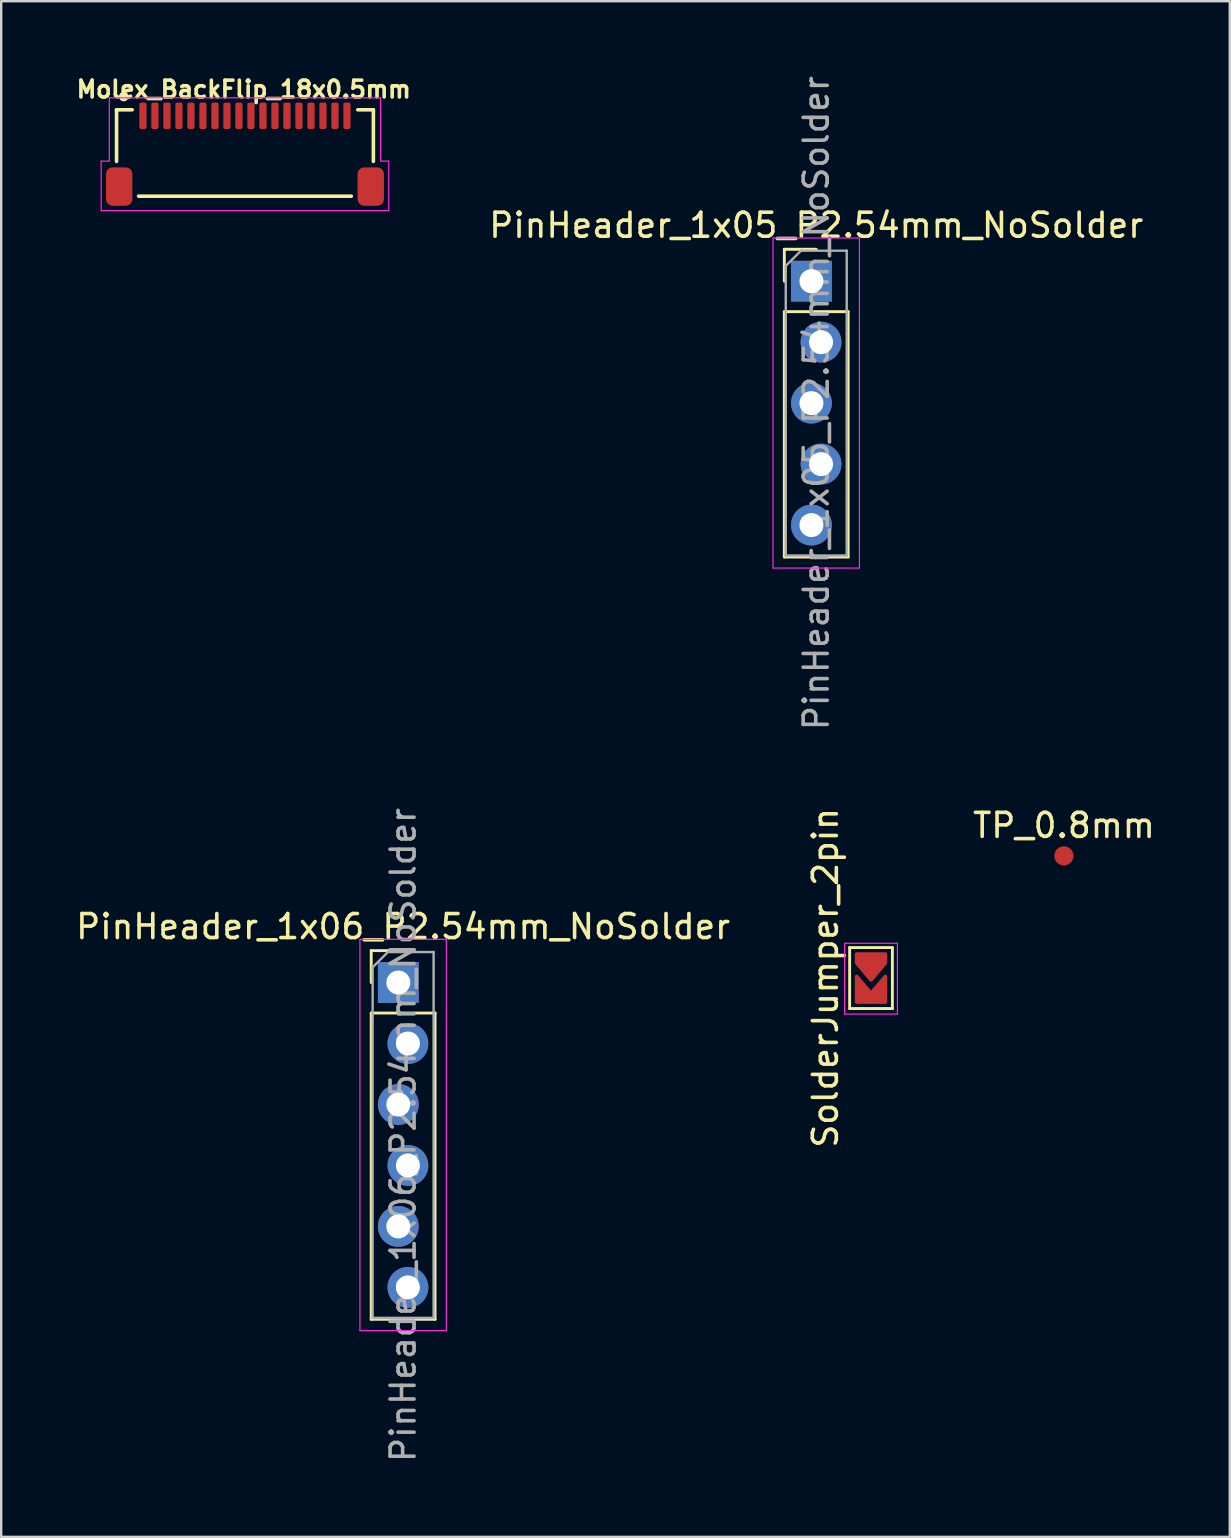
<source format=kicad_pcb>
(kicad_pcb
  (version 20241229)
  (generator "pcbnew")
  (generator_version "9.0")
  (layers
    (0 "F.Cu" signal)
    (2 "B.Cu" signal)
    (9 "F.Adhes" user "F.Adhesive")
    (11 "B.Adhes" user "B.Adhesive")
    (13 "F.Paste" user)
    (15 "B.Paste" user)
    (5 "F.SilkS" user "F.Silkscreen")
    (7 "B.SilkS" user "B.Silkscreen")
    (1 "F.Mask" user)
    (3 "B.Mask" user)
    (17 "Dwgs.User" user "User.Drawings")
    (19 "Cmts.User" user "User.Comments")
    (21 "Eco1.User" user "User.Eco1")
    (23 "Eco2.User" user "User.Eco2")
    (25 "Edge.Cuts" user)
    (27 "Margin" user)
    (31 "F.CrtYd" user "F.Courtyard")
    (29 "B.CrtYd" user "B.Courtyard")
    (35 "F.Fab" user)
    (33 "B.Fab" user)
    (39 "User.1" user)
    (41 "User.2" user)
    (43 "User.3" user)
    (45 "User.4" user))
  (footprint "PinHeader_1x05_P2.54mm_NoSolder"
    (layer "F.Cu")
    (at 30.954 8.664)
    (property "Reference" "PinHeader_1x05_P2.54mm_NoSolder" (at 0 -2.33 0) (layer "F.SilkS") (effects (font (size 1 1) (thickness 0.15))))
    (attr through_hole)
    (fp_line (start -1.33 -1.33) (end 0 -1.33) (stroke (width 0.12) (type solid)) (layer "F.SilkS"))
    (fp_line (start -1.33 0) (end -1.33 -1.33) (stroke (width 0.12) (type solid)) (layer "F.SilkS"))
    (fp_line (start -1.33 1.27) (end -1.33 11.49) (stroke (width 0.12) (type solid)) (layer "F.SilkS"))
    (fp_line (start -1.33 1.27) (end 1.33 1.27) (stroke (width 0.12) (type solid)) (layer "F.SilkS"))
    (fp_line (start -1.33 11.49) (end 1.33 11.49) (stroke (width 0.12) (type solid)) (layer "F.SilkS"))
    (fp_line (start 1.33 1.27) (end 1.33 11.49) (stroke (width 0.12) (type solid)) (layer "F.SilkS"))
    (fp_line (start -1.8 -1.8) (end -1.8 11.95) (stroke (width 0.05) (type solid)) (layer "F.CrtYd"))
    (fp_line (start -1.8 11.95) (end 1.8 11.95) (stroke (width 0.05) (type solid)) (layer "F.CrtYd"))
    (fp_line (start 1.8 -1.8) (end -1.8 -1.8) (stroke (width 0.05) (type solid)) (layer "F.CrtYd"))
    (fp_line (start 1.8 11.95) (end 1.8 -1.8) (stroke (width 0.05) (type solid)) (layer "F.CrtYd"))
    (fp_line (start -1.27 -0.635) (end -0.635 -1.27) (stroke (width 0.1) (type solid)) (layer "F.Fab"))
    (fp_line (start -1.27 11.43) (end -1.27 -0.635) (stroke (width 0.1) (type solid)) (layer "F.Fab"))
    (fp_line (start -0.635 -1.27) (end 1.27 -1.27) (stroke (width 0.1) (type solid)) (layer "F.Fab"))
    (fp_line (start 1.27 -1.27) (end 1.27 11.43) (stroke (width 0.1) (type solid)) (layer "F.Fab"))
    (fp_line (start 1.27 11.43) (end -1.27 11.43) (stroke (width 0.1) (type solid)) (layer "F.Fab"))
    (fp_text user "${REFERENCE}" (at 0 5.08 90) (layer "F.Fab") (effects (font (size 1 1) (thickness 0.15))))
    (pad "1" thru_hole rect (at -0.2 0) (size 1.7 1.7) (drill 1) (layers "*.Cu" "*.Mask"))
    (pad "2" thru_hole oval (at 0.2 2.54) (size 1.7 1.7) (drill 1) (layers "*.Cu" "*.Mask"))
    (pad "3" thru_hole oval (at -0.2 5.08) (size 1.7 1.7) (drill 1) (layers "*.Cu" "*.Mask"))
    (pad "4" thru_hole oval (at 0.2 7.62) (size 1.7 1.7) (drill 1) (layers "*.Cu" "*.Mask"))
    (pad "5" thru_hole oval (at -0.2 10.16) (size 1.7 1.7) (drill 1) (layers "*.Cu" "*.Mask")))
  (footprint "SolderJumper_2pin"
    (layer "F.Cu")
    (at 33.236 37.695)
    (property "Reference" "SolderJumper_2pin" (at -1.9 -0.01 90) (layer "F.SilkS") (effects (font (size 1 1) (thickness 0.15))))
    (attr smd)
    (fp_line (start -0.89 -1.27) (end -0.89 1.27) (stroke (width 0.12) (type solid)) (layer "F.SilkS"))
    (fp_line (start -0.89 -1.27) (end 0.89 -1.27) (stroke (width 0.12) (type solid)) (layer "F.SilkS"))
    (fp_line (start 0.89 1.27) (end -0.89 1.27) (stroke (width 0.12) (type solid)) (layer "F.SilkS"))
    (fp_line (start 0.89 1.27) (end 0.89 -1.27) (stroke (width 0.12) (type solid)) (layer "F.SilkS"))
    (fp_line (start -1.1 -1.45) (end 1.1 -1.45) (stroke (width 0.05) (type solid)) (layer "F.CrtYd"))
    (fp_line (start -1.1 1.5) (end -1.1 -1.45) (stroke (width 0.05) (type solid)) (layer "F.CrtYd"))
    (fp_line (start 1.1 -1.45) (end 1.1 1.5) (stroke (width 0.05) (type solid)) (layer "F.CrtYd"))
    (fp_line (start 1.1 1.5) (end -1.1 1.5) (stroke (width 0.05) (type solid)) (layer "F.CrtYd"))
    (pad "1" smd custom (at 0 -0.8) (size 0.5 0.5) (layers "F.Cu" "F.Mask" "F.Paste") (options (anchor rect)) (primitives (gr_poly (pts (xy 0 0.88) (xy 0.6 0.17) (xy 0.6 -0.2) (xy -0.6 -0.2) (xy -0.6 0.17)) (width 0.15) (fill yes))))
    (pad "2" smd custom (at 0 0.8) (size 0.5 0.5) (layers "F.Cu" "F.Mask" "F.Paste") (options (anchor rect)) (primitives (gr_poly (pts (xy 0 -0.163) (xy 0.6 -0.87) (xy 0.6 0.2) (xy -0.6 0.2) (xy -0.6 -0.87)) (width 0.15) (fill yes)))))
  (footprint "PinHeader_1x06_P2.54mm_NoSolder"
    (layer "F.Cu")
    (at 13.744 37.882)
    (property "Reference" "PinHeader_1x06_P2.54mm_NoSolder" (at 0 -2.33 0) (layer "F.SilkS") (effects (font (size 1 1) (thickness 0.15))))
    (attr through_hole)
    (fp_line (start -1.33 -1.33) (end 0 -1.33) (stroke (width 0.12) (type solid)) (layer "F.SilkS"))
    (fp_line (start -1.33 0) (end -1.33 -1.33) (stroke (width 0.12) (type solid)) (layer "F.SilkS"))
    (fp_line (start -1.33 1.27) (end -1.33 14.03) (stroke (width 0.12) (type solid)) (layer "F.SilkS"))
    (fp_line (start -1.33 1.27) (end 1.33 1.27) (stroke (width 0.12) (type solid)) (layer "F.SilkS"))
    (fp_line (start -1.33 14.03) (end 1.33 14.03) (stroke (width 0.12) (type solid)) (layer "F.SilkS"))
    (fp_line (start 1.33 1.27) (end 1.33 14.03) (stroke (width 0.12) (type solid)) (layer "F.SilkS"))
    (fp_line (start -1.8 -1.8) (end -1.8 14.5) (stroke (width 0.05) (type solid)) (layer "F.CrtYd"))
    (fp_line (start -1.8 14.5) (end 1.8 14.5) (stroke (width 0.05) (type solid)) (layer "F.CrtYd"))
    (fp_line (start 1.8 -1.8) (end -1.8 -1.8) (stroke (width 0.05) (type solid)) (layer "F.CrtYd"))
    (fp_line (start 1.8 14.5) (end 1.8 -1.8) (stroke (width 0.05) (type solid)) (layer "F.CrtYd"))
    (fp_line (start -1.27 -0.635) (end -0.635 -1.27) (stroke (width 0.1) (type solid)) (layer "F.Fab"))
    (fp_line (start -1.27 13.97) (end -1.27 -0.635) (stroke (width 0.1) (type solid)) (layer "F.Fab"))
    (fp_line (start -0.635 -1.27) (end 1.27 -1.27) (stroke (width 0.1) (type solid)) (layer "F.Fab"))
    (fp_line (start 1.27 -1.27) (end 1.27 13.97) (stroke (width 0.1) (type solid)) (layer "F.Fab"))
    (fp_line (start 1.27 13.97) (end -1.27 13.97) (stroke (width 0.1) (type solid)) (layer "F.Fab"))
    (fp_text user "${REFERENCE}" (at 0 6.35 90) (layer "F.Fab") (effects (font (size 1 1) (thickness 0.15))))
    (pad "1" thru_hole rect (at -0.2 0) (size 1.7 1.7) (drill 1) (layers "*.Cu" "*.Mask"))
    (pad "2" thru_hole oval (at 0.2 2.54) (size 1.7 1.7) (drill 1) (layers "*.Cu" "*.Mask"))
    (pad "3" thru_hole oval (at -0.2 5.08) (size 1.7 1.7) (drill 1) (layers "*.Cu" "*.Mask"))
    (pad "4" thru_hole oval (at 0.2 7.62) (size 1.7 1.7) (drill 1) (layers "*.Cu" "*.Mask"))
    (pad "5" thru_hole oval (at -0.2 10.16) (size 1.7 1.7) (drill 1) (layers "*.Cu" "*.Mask"))
    (pad "6" thru_hole oval (at 0.2 12.7) (size 1.7 1.7) (drill 1) (layers "*.Cu" "*.Mask")))
  (footprint "Molex_BackFlip_18x0.5mm"
    (layer "F.Cu")
    (at 2.905 1.873)
    (property "Reference" "Molex_BackFlip_18x0.5mm" (at 4.2 -1.2 180) (layer "F.SilkS") (effects (font (size 0.7 0.7) (thickness 0.15))))
    (attr smd)
    (fp_line (start -1.1 -0.35) (end -0.45 -0.35) (stroke (width 0.15) (type solid)) (layer "F.SilkS"))
    (fp_line (start -1.1 1.8) (end -1.1 -0.35) (stroke (width 0.15) (type solid)) (layer "F.SilkS"))
    (fp_line (start -0.18 3.25) (end 8.68 3.25) (stroke (width 0.15) (type solid)) (layer "F.SilkS"))
    (fp_line (start 8.95 -0.35) (end 9.6 -0.35) (stroke (width 0.15) (type solid)) (layer "F.SilkS"))
    (fp_line (start 9.6 1.8) (end 9.6 -0.35) (stroke (width 0.15) (type solid)) (layer "F.SilkS"))
    (fp_circle (center -0.8 -0.9) (end -0.8 -1) (stroke (width 0.2) (type solid)) (fill no) (layer "F.SilkS"))
    (fp_line (start -1.74 1.79) (end -1.4 1.79) (stroke (width 0.05) (type solid)) (layer "F.CrtYd"))
    (fp_line (start -1.74 3.85) (end -1.74 1.79) (stroke (width 0.05) (type solid)) (layer "F.CrtYd"))
    (fp_line (start -1.74 3.85) (end 10.24 3.85) (stroke (width 0.05) (type solid)) (layer "F.CrtYd"))
    (fp_line (start -1.4 -0.85) (end 9.9 -0.85) (stroke (width 0.05) (type solid)) (layer "F.CrtYd"))
    (fp_line (start -1.4 1.79) (end -1.4 -0.85) (stroke (width 0.05) (type solid)) (layer "F.CrtYd"))
    (fp_line (start 9.9 1.79) (end 9.9 -0.85) (stroke (width 0.05) (type solid)) (layer "F.CrtYd"))
    (fp_line (start 9.9 1.79) (end 10.24 1.79) (stroke (width 0.05) (type solid)) (layer "F.CrtYd"))
    (fp_line (start 10.24 3.85) (end 10.24 1.79) (stroke (width 0.05) (type solid)) (layer "F.CrtYd"))
    (pad "" smd roundrect (at -0.99 2.85) (size 1.1 1.6) (layers "F.Cu" "F.Mask" "F.Paste") (roundrect_rratio 0.25))
    (pad "" smd roundrect (at 9.49 2.85) (size 1.1 1.6) (layers "F.Cu" "F.Mask" "F.Paste") (roundrect_rratio 0.25))
    (pad "1" smd roundrect (at 0 -0.1) (size 0.3 1.1) (layers "F.Cu" "F.Mask" "F.Paste") (roundrect_rratio 0.25))
    (pad "2" smd roundrect (at 0.5 -0.1) (size 0.3 1.1) (layers "F.Cu" "F.Mask" "F.Paste") (roundrect_rratio 0.25))
    (pad "3" smd roundrect (at 1 -0.1) (size 0.3 1.1) (layers "F.Cu" "F.Mask" "F.Paste") (roundrect_rratio 0.25))
    (pad "4" smd roundrect (at 1.5 -0.1) (size 0.3 1.1) (layers "F.Cu" "F.Mask" "F.Paste") (roundrect_rratio 0.25))
    (pad "5" smd roundrect (at 2 -0.1) (size 0.3 1.1) (layers "F.Cu" "F.Mask" "F.Paste") (roundrect_rratio 0.25))
    (pad "6" smd roundrect (at 2.5 -0.1) (size 0.3 1.1) (layers "F.Cu" "F.Mask" "F.Paste") (roundrect_rratio 0.25))
    (pad "7" smd roundrect (at 3 -0.1) (size 0.3 1.1) (layers "F.Cu" "F.Mask" "F.Paste") (roundrect_rratio 0.25))
    (pad "8" smd roundrect (at 3.5 -0.1) (size 0.3 1.1) (layers "F.Cu" "F.Mask" "F.Paste") (roundrect_rratio 0.25))
    (pad "9" smd roundrect (at 4 -0.1) (size 0.3 1.1) (layers "F.Cu" "F.Mask" "F.Paste") (roundrect_rratio 0.25))
    (pad "10" smd roundrect (at 4.5 -0.1) (size 0.3 1.1) (layers "F.Cu" "F.Mask" "F.Paste") (roundrect_rratio 0.25))
    (pad "11" smd roundrect (at 5 -0.1) (size 0.3 1.1) (layers "F.Cu" "F.Mask" "F.Paste") (roundrect_rratio 0.25))
    (pad "12" smd roundrect (at 5.5 -0.1) (size 0.3 1.1) (layers "F.Cu" "F.Mask" "F.Paste") (roundrect_rratio 0.25))
    (pad "13" smd roundrect (at 6 -0.1) (size 0.3 1.1) (layers "F.Cu" "F.Mask" "F.Paste") (roundrect_rratio 0.25))
    (pad "14" smd roundrect (at 6.5 -0.1) (size 0.3 1.1) (layers "F.Cu" "F.Mask" "F.Paste") (roundrect_rratio 0.25))
    (pad "15" smd roundrect (at 7 -0.1) (size 0.3 1.1) (layers "F.Cu" "F.Mask" "F.Paste") (roundrect_rratio 0.25))
    (pad "16" smd roundrect (at 7.5 -0.1) (size 0.3 1.1) (layers "F.Cu" "F.Mask" "F.Paste") (roundrect_rratio 0.25))
    (pad "17" smd roundrect (at 8 -0.1) (size 0.3 1.1) (layers "F.Cu" "F.Mask" "F.Paste") (roundrect_rratio 0.25))
    (pad "18" smd roundrect (at 8.5 -0.1) (size 0.3 1.1) (layers "F.Cu" "F.Mask" "F.Paste") (roundrect_rratio 0.25)))
  (footprint "TP_0.8mm"
    (layer "F.Cu")
    (at 41.272 32.606)
    (property "Reference" "TP_0.8mm" (at 0 -1.27 0) (layer "F.SilkS") (effects (font (size 1 1) (thickness 0.15))))
    (attr smd)
    (pad "1" smd circle (at 0 0) (size 0.8 0.8) (layers "F.Cu" "F.Mask" "F.Paste")))
  (gr_rect
    (start -3 -3)
    (end 48.183 60.976)
    (stroke (width 0.1) (type default))
    (fill no)
    (layer "Edge.Cuts")))
</source>
